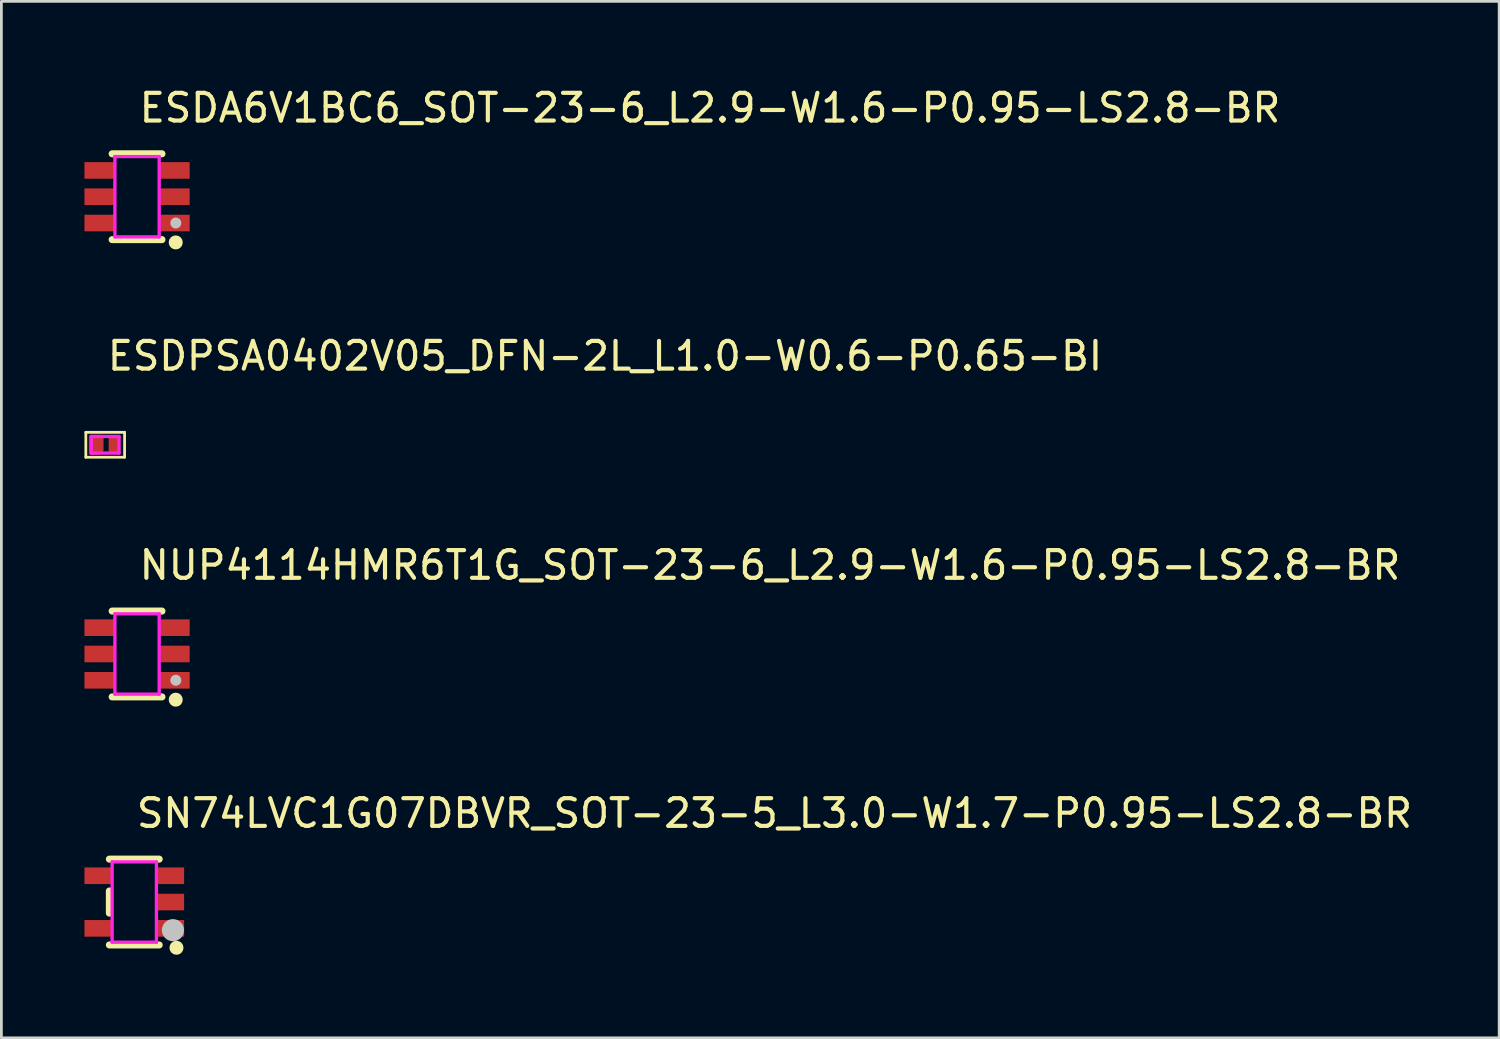
<source format=kicad_pcb>
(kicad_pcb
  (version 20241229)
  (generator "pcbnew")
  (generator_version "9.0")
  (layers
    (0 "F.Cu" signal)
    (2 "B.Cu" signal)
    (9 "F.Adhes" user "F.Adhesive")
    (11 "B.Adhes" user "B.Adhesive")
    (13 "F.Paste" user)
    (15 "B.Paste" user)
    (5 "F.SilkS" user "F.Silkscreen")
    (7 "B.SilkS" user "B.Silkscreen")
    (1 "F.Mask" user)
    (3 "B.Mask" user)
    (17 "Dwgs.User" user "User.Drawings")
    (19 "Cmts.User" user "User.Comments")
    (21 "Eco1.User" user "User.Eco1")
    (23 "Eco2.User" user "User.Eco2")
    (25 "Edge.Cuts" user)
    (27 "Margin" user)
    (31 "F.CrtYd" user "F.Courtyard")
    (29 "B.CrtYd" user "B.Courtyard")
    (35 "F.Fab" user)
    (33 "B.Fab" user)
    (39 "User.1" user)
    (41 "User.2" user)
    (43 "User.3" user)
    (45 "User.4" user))
  (footprint "SN74LVC1G07DBVR_SOT-23-5_L3.0-W1.7-P0.95-LS2.8-BR"
    (layer "F.Cu")
    (at 1.8 29.531)
    (property "Reference" "SN74LVC1G07DBVR_SOT-23-5_L3.0-W1.7-P0.95-LS2.8-BR" (at 0 -3.207 0) (layer "F.SilkS") (effects (font (size 1 1) (thickness 0.15)) (justify left)))
    (attr through_hole)
    (fp_line (start -0.9 -1.55) (end 0.9 -1.55) (stroke (width 0.254) (type solid)) (layer "F.SilkS"))
    (fp_line (start -0.9 0.4) (end -0.9 -0.4) (stroke (width 0.254) (type solid)) (layer "F.SilkS"))
    (fp_line (start -0.9 1.55) (end 0.9 1.55) (stroke (width 0.254) (type solid)) (layer "F.SilkS"))
    (fp_circle (center 1.524 1.651) (end 1.651 1.651) (stroke (width 0.254) (type solid)) (fill no) (layer "F.SilkS"))
    (fp_circle (center 1.397 1.016) (end 1.597 1.016) (stroke (width 0.4) (type solid)) (fill no) (layer "Dwgs.User"))
    (fp_line (start -0.96 -1.15) (end -0.79 -1.15) (stroke (width 0.12) (type solid)) (layer "Eco2.User"))
    (fp_line (start -0.96 -0.75) (end -0.96 -1.15) (stroke (width 0.12) (type solid)) (layer "Eco2.User"))
    (fp_line (start -0.96 0.75) (end -0.79 0.75) (stroke (width 0.12) (type solid)) (layer "Eco2.User"))
    (fp_line (start -0.96 1.15) (end -0.96 0.75) (stroke (width 0.12) (type solid)) (layer "Eco2.User"))
    (fp_line (start -0.79 -1.15) (end -0.79 -0.75) (stroke (width 0.12) (type solid)) (layer "Eco2.User"))
    (fp_line (start -0.79 -0.75) (end -0.96 -0.75) (stroke (width 0.12) (type solid)) (layer "Eco2.User"))
    (fp_line (start -0.79 0.75) (end -0.79 1.15) (stroke (width 0.12) (type solid)) (layer "Eco2.User"))
    (fp_line (start -0.79 1.15) (end -0.96 1.15) (stroke (width 0.12) (type solid)) (layer "Eco2.User"))
    (fp_line (start 0.79 -1.15) (end 0.96 -1.15) (stroke (width 0.12) (type solid)) (layer "Eco2.User"))
    (fp_line (start 0.79 -0.75) (end 0.79 -1.15) (stroke (width 0.12) (type solid)) (layer "Eco2.User"))
    (fp_line (start 0.79 -0.2) (end 0.96 -0.2) (stroke (width 0.12) (type solid)) (layer "Eco2.User"))
    (fp_line (start 0.79 0.2) (end 0.79 -0.2) (stroke (width 0.12) (type solid)) (layer "Eco2.User"))
    (fp_line (start 0.79 0.75) (end 0.96 0.75) (stroke (width 0.12) (type solid)) (layer "Eco2.User"))
    (fp_line (start 0.79 1.15) (end 0.79 0.75) (stroke (width 0.12) (type solid)) (layer "Eco2.User"))
    (fp_line (start 0.96 -1.15) (end 0.96 -0.75) (stroke (width 0.12) (type solid)) (layer "Eco2.User"))
    (fp_line (start 0.96 -0.75) (end 0.79 -0.75) (stroke (width 0.12) (type solid)) (layer "Eco2.User"))
    (fp_line (start 0.96 -0.2) (end 0.96 0.2) (stroke (width 0.12) (type solid)) (layer "Eco2.User"))
    (fp_line (start 0.96 0.2) (end 0.79 0.2) (stroke (width 0.12) (type solid)) (layer "Eco2.User"))
    (fp_line (start 0.96 0.75) (end 0.96 1.15) (stroke (width 0.12) (type solid)) (layer "Eco2.User"))
    (fp_line (start 0.96 1.15) (end 0.79 1.15) (stroke (width 0.12) (type solid)) (layer "Eco2.User"))
    (fp_circle (center 1.4 1.45) (end 1.43 1.45) (stroke (width 0.06) (type solid)) (fill no) (layer "Eco2.User"))
    (fp_poly (pts (xy -1.4 -0.75) (xy -1.4 -1.15) (xy -0.95 -1.15) (xy -0.95 -0.75)) (stroke (width 0.12) (type solid)) (fill no) (layer "Eco2.User"))
    (fp_poly (pts (xy -1.4 1.15) (xy -1.4 0.75) (xy -0.95 0.75) (xy -0.95 1.15)) (stroke (width 0.12) (type solid)) (fill no) (layer "Eco2.User"))
    (fp_poly (pts (xy 0.95 -0.75) (xy 0.95 -1.15) (xy 1.4 -1.15) (xy 1.4 -0.75)) (stroke (width 0.12) (type solid)) (fill no) (layer "Eco2.User"))
    (fp_poly (pts (xy 0.95 0.2) (xy 0.95 -0.2) (xy 1.4 -0.2) (xy 1.4 0.2)) (stroke (width 0.12) (type solid)) (fill no) (layer "Eco2.User"))
    (fp_poly (pts (xy 0.95 1.15) (xy 0.95 0.75) (xy 1.4 0.75) (xy 1.4 1.15)) (stroke (width 0.12) (type solid)) (fill no) (layer "Eco2.User"))
    (fp_line (start -0.8 -1.45) (end 0.8 -1.45) (stroke (width 0.12) (type solid)) (layer "F.CrtYd"))
    (fp_line (start -0.8 1.45) (end -0.8 -1.45) (stroke (width 0.12) (type solid)) (layer "F.CrtYd"))
    (fp_line (start 0.8 -1.45) (end 0.8 1.45) (stroke (width 0.12) (type solid)) (layer "F.CrtYd"))
    (fp_line (start 0.8 1.45) (end -0.8 1.45) (stroke (width 0.12) (type solid)) (layer "F.CrtYd"))
    (pad "1" smd rect (at 1.3 0.95) (size 1 0.6) (layers "F.Cu" "F.Mask" "F.Paste"))
    (pad "2" smd rect (at 1.3 0) (size 1 0.6) (layers "F.Cu" "F.Mask" "F.Paste"))
    (pad "3" smd rect (at 1.3 -0.95) (size 1 0.6) (layers "F.Cu" "F.Mask" "F.Paste"))
    (pad "4" smd rect (at -1.3 -0.95) (size 1 0.6) (layers "F.Cu" "F.Mask" "F.Paste"))
    (pad "5" smd rect (at -1.3 0.95) (size 1 0.6) (layers "F.Cu" "F.Mask" "F.Paste")))
  (footprint "ESDPSA0402V05_DFN-2L_L1.0-W0.6-P0.65-BI"
    (layer "F.Cu")
    (at 0.75 13.015)
    (property "Reference" "ESDPSA0402V05_DFN-2L_L1.0-W0.6-P0.65-BI" (at 0 -3.207 0) (layer "F.SilkS") (effects (font (size 1 1) (thickness 0.15)) (justify left)))
    (attr through_hole)
    (fp_line (start -0.7 -0.45) (end -0.7 0.45) (stroke (width 0.1) (type solid)) (layer "F.SilkS"))
    (fp_line (start -0.7 -0.45) (end 0.7 -0.45) (stroke (width 0.1) (type solid)) (layer "F.SilkS"))
    (fp_line (start -0.7 0.45) (end 0.69 0.45) (stroke (width 0.1) (type solid)) (layer "F.SilkS"))
    (fp_line (start 0.7 -0.45) (end 0.7 0.45) (stroke (width 0.1) (type solid)) (layer "F.SilkS"))
    (fp_circle (center -0.5 0.3) (end -0.47 0.3) (stroke (width 0.06) (type solid)) (fill no) (layer "Eco2.User"))
    (fp_poly (pts (xy -0.45 0.25) (xy -0.45 -0.25) (xy -0.2 -0.25) (xy -0.2 0.25)) (stroke (width 0.12) (type solid)) (fill no) (layer "Eco2.User"))
    (fp_poly (pts (xy 0.45 -0.25) (xy 0.45 0.25) (xy 0.2 0.25) (xy 0.2 -0.25)) (stroke (width 0.12) (type solid)) (fill no) (layer "Eco2.User"))
    (fp_line (start -0.5 -0.3) (end 0.5 -0.3) (stroke (width 0.12) (type solid)) (layer "F.CrtYd"))
    (fp_line (start -0.5 0.3) (end -0.5 -0.3) (stroke (width 0.12) (type solid)) (layer "F.CrtYd"))
    (fp_line (start 0.5 -0.3) (end 0.5 0.3) (stroke (width 0.12) (type solid)) (layer "F.CrtYd"))
    (fp_line (start 0.5 0.3) (end -0.5 0.3) (stroke (width 0.12) (type solid)) (layer "F.CrtYd"))
    (pad "1" smd custom (at -0.325 0) (size 0.102 0.102) (layers "F.Cu" "F.Mask" "F.Paste") (options (anchor circle)) (primitives (gr_poly (pts (xy -0.205 -0.3) (xy -0.205 0.3) (xy 0.125 0.3) (xy 0.205 0.2) (xy 0.205 -0.3) (xy -0.205 -0.3)) (width 0.12) (fill yes))))
    (pad "2" smd rect (at 0.325 0 90) (size 0.6 0.4) (layers "F.Cu" "F.Mask" "F.Paste")))
  (footprint "NUP4114HMR6T1G_SOT-23-6_L2.9-W1.6-P0.95-LS2.8-BR"
    (layer "F.Cu")
    (at 1.9 20.571)
    (property "Reference" "NUP4114HMR6T1G_SOT-23-6_L2.9-W1.6-P0.95-LS2.8-BR" (at 0 -3.207 0) (layer "F.SilkS") (effects (font (size 1 1) (thickness 0.15)) (justify left)))
    (attr through_hole)
    (fp_line (start -0.9 -1.55) (end 0.9 -1.55) (stroke (width 0.254) (type solid)) (layer "F.SilkS"))
    (fp_line (start -0.9 1.55) (end 0.9 1.55) (stroke (width 0.254) (type solid)) (layer "F.SilkS"))
    (fp_circle (center 1.397 1.651) (end 1.524 1.651) (stroke (width 0.254) (type solid)) (fill no) (layer "F.SilkS"))
    (fp_circle (center 1.4 0.95) (end 1.5 0.95) (stroke (width 0.2) (type solid)) (fill no) (layer "Dwgs.User"))
    (fp_line (start -0.935 -1.165) (end -0.79 -1.165) (stroke (width 0.12) (type solid)) (layer "Eco2.User"))
    (fp_line (start -0.935 -0.735) (end -0.935 -1.165) (stroke (width 0.12) (type solid)) (layer "Eco2.User"))
    (fp_line (start -0.935 -0.215) (end -0.79 -0.215) (stroke (width 0.12) (type solid)) (layer "Eco2.User"))
    (fp_line (start -0.935 0.215) (end -0.935 -0.215) (stroke (width 0.12) (type solid)) (layer "Eco2.User"))
    (fp_line (start -0.935 0.735) (end -0.79 0.735) (stroke (width 0.12) (type solid)) (layer "Eco2.User"))
    (fp_line (start -0.935 1.165) (end -0.935 0.735) (stroke (width 0.12) (type solid)) (layer "Eco2.User"))
    (fp_line (start -0.79 -1.165) (end -0.79 -0.735) (stroke (width 0.12) (type solid)) (layer "Eco2.User"))
    (fp_line (start -0.79 -0.735) (end -0.935 -0.735) (stroke (width 0.12) (type solid)) (layer "Eco2.User"))
    (fp_line (start -0.79 -0.215) (end -0.79 0.215) (stroke (width 0.12) (type solid)) (layer "Eco2.User"))
    (fp_line (start -0.79 0.215) (end -0.935 0.215) (stroke (width 0.12) (type solid)) (layer "Eco2.User"))
    (fp_line (start -0.79 0.735) (end -0.79 1.165) (stroke (width 0.12) (type solid)) (layer "Eco2.User"))
    (fp_line (start -0.79 1.165) (end -0.935 1.165) (stroke (width 0.12) (type solid)) (layer "Eco2.User"))
    (fp_line (start 0.79 -1.165) (end 0.935 -1.165) (stroke (width 0.12) (type solid)) (layer "Eco2.User"))
    (fp_line (start 0.79 -0.735) (end 0.79 -1.165) (stroke (width 0.12) (type solid)) (layer "Eco2.User"))
    (fp_line (start 0.79 -0.215) (end 0.935 -0.215) (stroke (width 0.12) (type solid)) (layer "Eco2.User"))
    (fp_line (start 0.79 0.215) (end 0.79 -0.215) (stroke (width 0.12) (type solid)) (layer "Eco2.User"))
    (fp_line (start 0.79 0.735) (end 0.935 0.735) (stroke (width 0.12) (type solid)) (layer "Eco2.User"))
    (fp_line (start 0.79 1.165) (end 0.79 0.735) (stroke (width 0.12) (type solid)) (layer "Eco2.User"))
    (fp_line (start 0.935 -1.165) (end 0.935 -0.735) (stroke (width 0.12) (type solid)) (layer "Eco2.User"))
    (fp_line (start 0.935 -0.735) (end 0.79 -0.735) (stroke (width 0.12) (type solid)) (layer "Eco2.User"))
    (fp_line (start 0.935 -0.215) (end 0.935 0.215) (stroke (width 0.12) (type solid)) (layer "Eco2.User"))
    (fp_line (start 0.935 0.215) (end 0.79 0.215) (stroke (width 0.12) (type solid)) (layer "Eco2.User"))
    (fp_line (start 0.935 0.735) (end 0.935 1.165) (stroke (width 0.12) (type solid)) (layer "Eco2.User"))
    (fp_line (start 0.935 1.165) (end 0.79 1.165) (stroke (width 0.12) (type solid)) (layer "Eco2.User"))
    (fp_circle (center 1.4 1.45) (end 1.43 1.45) (stroke (width 0.06) (type solid)) (fill no) (layer "Eco2.User"))
    (fp_poly (pts (xy -0.925 -0.735) (xy -0.925 -1.165) (xy -1.4 -1.165) (xy -1.4 -0.735)) (stroke (width 0.12) (type solid)) (fill no) (layer "Eco2.User"))
    (fp_poly (pts (xy -0.925 0.215) (xy -0.925 -0.215) (xy -1.4 -0.215) (xy -1.4 0.215)) (stroke (width 0.12) (type solid)) (fill no) (layer "Eco2.User"))
    (fp_poly (pts (xy -0.925 1.165) (xy -0.925 0.735) (xy -1.4 0.735) (xy -1.4 1.165)) (stroke (width 0.12) (type solid)) (fill no) (layer "Eco2.User"))
    (fp_poly (pts (xy 0.925 -0.735) (xy 0.925 -1.165) (xy 1.4 -1.165) (xy 1.4 -0.735)) (stroke (width 0.12) (type solid)) (fill no) (layer "Eco2.User"))
    (fp_poly (pts (xy 0.925 0.215) (xy 0.925 -0.215) (xy 1.4 -0.215) (xy 1.4 0.215)) (stroke (width 0.12) (type solid)) (fill no) (layer "Eco2.User"))
    (fp_poly (pts (xy 0.925 1.165) (xy 0.925 0.735) (xy 1.4 0.735) (xy 1.4 1.165)) (stroke (width 0.12) (type solid)) (fill no) (layer "Eco2.User"))
    (fp_line (start -0.8 -1.45) (end 0.8 -1.45) (stroke (width 0.12) (type solid)) (layer "F.CrtYd"))
    (fp_line (start -0.8 1.45) (end -0.8 -1.45) (stroke (width 0.12) (type solid)) (layer "F.CrtYd"))
    (fp_line (start 0.8 -1.45) (end 0.8 1.45) (stroke (width 0.12) (type solid)) (layer "F.CrtYd"))
    (fp_line (start 0.8 1.45) (end -0.8 1.45) (stroke (width 0.12) (type solid)) (layer "F.CrtYd"))
    (pad "1" smd rect (at 1.35 0.95) (size 1.1 0.6) (layers "F.Cu" "F.Mask" "F.Paste"))
    (pad "2" smd rect (at 1.35 0) (size 1.1 0.6) (layers "F.Cu" "F.Mask" "F.Paste"))
    (pad "3" smd rect (at 1.35 -0.95) (size 1.1 0.6) (layers "F.Cu" "F.Mask" "F.Paste"))
    (pad "4" smd rect (at -1.35 -0.95) (size 1.1 0.6) (layers "F.Cu" "F.Mask" "F.Paste"))
    (pad "5" smd rect (at -1.35 0) (size 1.1 0.6) (layers "F.Cu" "F.Mask" "F.Paste"))
    (pad "6" smd rect (at -1.35 0.95) (size 1.1 0.6) (layers "F.Cu" "F.Mask" "F.Paste")))
  (footprint "ESDA6V1BC6_SOT-23-6_L2.9-W1.6-P0.95-LS2.8-BR"
    (layer "F.Cu")
    (at 1.9 4.055)
    (property "Reference" "ESDA6V1BC6_SOT-23-6_L2.9-W1.6-P0.95-LS2.8-BR" (at 0 -3.207 0) (layer "F.SilkS") (effects (font (size 1 1) (thickness 0.15)) (justify left)))
    (attr through_hole)
    (fp_line (start -0.9 -1.55) (end 0.9 -1.55) (stroke (width 0.254) (type solid)) (layer "F.SilkS"))
    (fp_line (start -0.9 1.55) (end 0.9 1.55) (stroke (width 0.254) (type solid)) (layer "F.SilkS"))
    (fp_circle (center 1.397 1.651) (end 1.524 1.651) (stroke (width 0.254) (type solid)) (fill no) (layer "F.SilkS"))
    (fp_circle (center 1.4 0.95) (end 1.5 0.95) (stroke (width 0.2) (type solid)) (fill no) (layer "Dwgs.User"))
    (fp_line (start -0.935 -1.165) (end -0.79 -1.165) (stroke (width 0.12) (type solid)) (layer "Eco2.User"))
    (fp_line (start -0.935 -0.735) (end -0.935 -1.165) (stroke (width 0.12) (type solid)) (layer "Eco2.User"))
    (fp_line (start -0.935 -0.215) (end -0.79 -0.215) (stroke (width 0.12) (type solid)) (layer "Eco2.User"))
    (fp_line (start -0.935 0.215) (end -0.935 -0.215) (stroke (width 0.12) (type solid)) (layer "Eco2.User"))
    (fp_line (start -0.935 0.735) (end -0.79 0.735) (stroke (width 0.12) (type solid)) (layer "Eco2.User"))
    (fp_line (start -0.935 1.165) (end -0.935 0.735) (stroke (width 0.12) (type solid)) (layer "Eco2.User"))
    (fp_line (start -0.79 -1.165) (end -0.79 -0.735) (stroke (width 0.12) (type solid)) (layer "Eco2.User"))
    (fp_line (start -0.79 -0.735) (end -0.935 -0.735) (stroke (width 0.12) (type solid)) (layer "Eco2.User"))
    (fp_line (start -0.79 -0.215) (end -0.79 0.215) (stroke (width 0.12) (type solid)) (layer "Eco2.User"))
    (fp_line (start -0.79 0.215) (end -0.935 0.215) (stroke (width 0.12) (type solid)) (layer "Eco2.User"))
    (fp_line (start -0.79 0.735) (end -0.79 1.165) (stroke (width 0.12) (type solid)) (layer "Eco2.User"))
    (fp_line (start -0.79 1.165) (end -0.935 1.165) (stroke (width 0.12) (type solid)) (layer "Eco2.User"))
    (fp_line (start 0.79 -1.165) (end 0.935 -1.165) (stroke (width 0.12) (type solid)) (layer "Eco2.User"))
    (fp_line (start 0.79 -0.735) (end 0.79 -1.165) (stroke (width 0.12) (type solid)) (layer "Eco2.User"))
    (fp_line (start 0.79 -0.215) (end 0.935 -0.215) (stroke (width 0.12) (type solid)) (layer "Eco2.User"))
    (fp_line (start 0.79 0.215) (end 0.79 -0.215) (stroke (width 0.12) (type solid)) (layer "Eco2.User"))
    (fp_line (start 0.79 0.735) (end 0.935 0.735) (stroke (width 0.12) (type solid)) (layer "Eco2.User"))
    (fp_line (start 0.79 1.165) (end 0.79 0.735) (stroke (width 0.12) (type solid)) (layer "Eco2.User"))
    (fp_line (start 0.935 -1.165) (end 0.935 -0.735) (stroke (width 0.12) (type solid)) (layer "Eco2.User"))
    (fp_line (start 0.935 -0.735) (end 0.79 -0.735) (stroke (width 0.12) (type solid)) (layer "Eco2.User"))
    (fp_line (start 0.935 -0.215) (end 0.935 0.215) (stroke (width 0.12) (type solid)) (layer "Eco2.User"))
    (fp_line (start 0.935 0.215) (end 0.79 0.215) (stroke (width 0.12) (type solid)) (layer "Eco2.User"))
    (fp_line (start 0.935 0.735) (end 0.935 1.165) (stroke (width 0.12) (type solid)) (layer "Eco2.User"))
    (fp_line (start 0.935 1.165) (end 0.79 1.165) (stroke (width 0.12) (type solid)) (layer "Eco2.User"))
    (fp_circle (center 1.4 1.45) (end 1.43 1.45) (stroke (width 0.06) (type solid)) (fill no) (layer "Eco2.User"))
    (fp_poly (pts (xy -0.925 -0.735) (xy -0.925 -1.165) (xy -1.4 -1.165) (xy -1.4 -0.735)) (stroke (width 0.12) (type solid)) (fill no) (layer "Eco2.User"))
    (fp_poly (pts (xy -0.925 0.215) (xy -0.925 -0.215) (xy -1.4 -0.215) (xy -1.4 0.215)) (stroke (width 0.12) (type solid)) (fill no) (layer "Eco2.User"))
    (fp_poly (pts (xy -0.925 1.165) (xy -0.925 0.735) (xy -1.4 0.735) (xy -1.4 1.165)) (stroke (width 0.12) (type solid)) (fill no) (layer "Eco2.User"))
    (fp_poly (pts (xy 0.925 -0.735) (xy 0.925 -1.165) (xy 1.4 -1.165) (xy 1.4 -0.735)) (stroke (width 0.12) (type solid)) (fill no) (layer "Eco2.User"))
    (fp_poly (pts (xy 0.925 0.215) (xy 0.925 -0.215) (xy 1.4 -0.215) (xy 1.4 0.215)) (stroke (width 0.12) (type solid)) (fill no) (layer "Eco2.User"))
    (fp_poly (pts (xy 0.925 1.165) (xy 0.925 0.735) (xy 1.4 0.735) (xy 1.4 1.165)) (stroke (width 0.12) (type solid)) (fill no) (layer "Eco2.User"))
    (fp_line (start -0.8 -1.45) (end 0.8 -1.45) (stroke (width 0.12) (type solid)) (layer "F.CrtYd"))
    (fp_line (start -0.8 1.45) (end -0.8 -1.45) (stroke (width 0.12) (type solid)) (layer "F.CrtYd"))
    (fp_line (start 0.8 -1.45) (end 0.8 1.45) (stroke (width 0.12) (type solid)) (layer "F.CrtYd"))
    (fp_line (start 0.8 1.45) (end -0.8 1.45) (stroke (width 0.12) (type solid)) (layer "F.CrtYd"))
    (pad "1" smd rect (at 1.35 0.95) (size 1.1 0.6) (layers "F.Cu" "F.Mask" "F.Paste"))
    (pad "2" smd rect (at 1.35 0) (size 1.1 0.6) (layers "F.Cu" "F.Mask" "F.Paste"))
    (pad "3" smd rect (at 1.35 -0.95) (size 1.1 0.6) (layers "F.Cu" "F.Mask" "F.Paste"))
    (pad "4" smd rect (at -1.35 -0.95) (size 1.1 0.6) (layers "F.Cu" "F.Mask" "F.Paste"))
    (pad "5" smd rect (at -1.35 0) (size 1.1 0.6) (layers "F.Cu" "F.Mask" "F.Paste"))
    (pad "6" smd rect (at -1.35 0.95) (size 1.1 0.6) (layers "F.Cu" "F.Mask" "F.Paste")))
  (gr_rect
    (start -3 -3)
    (end 51.098 34.436)
    (stroke (width 0.1) (type default))
    (fill no)
    (layer "Edge.Cuts")))
</source>
